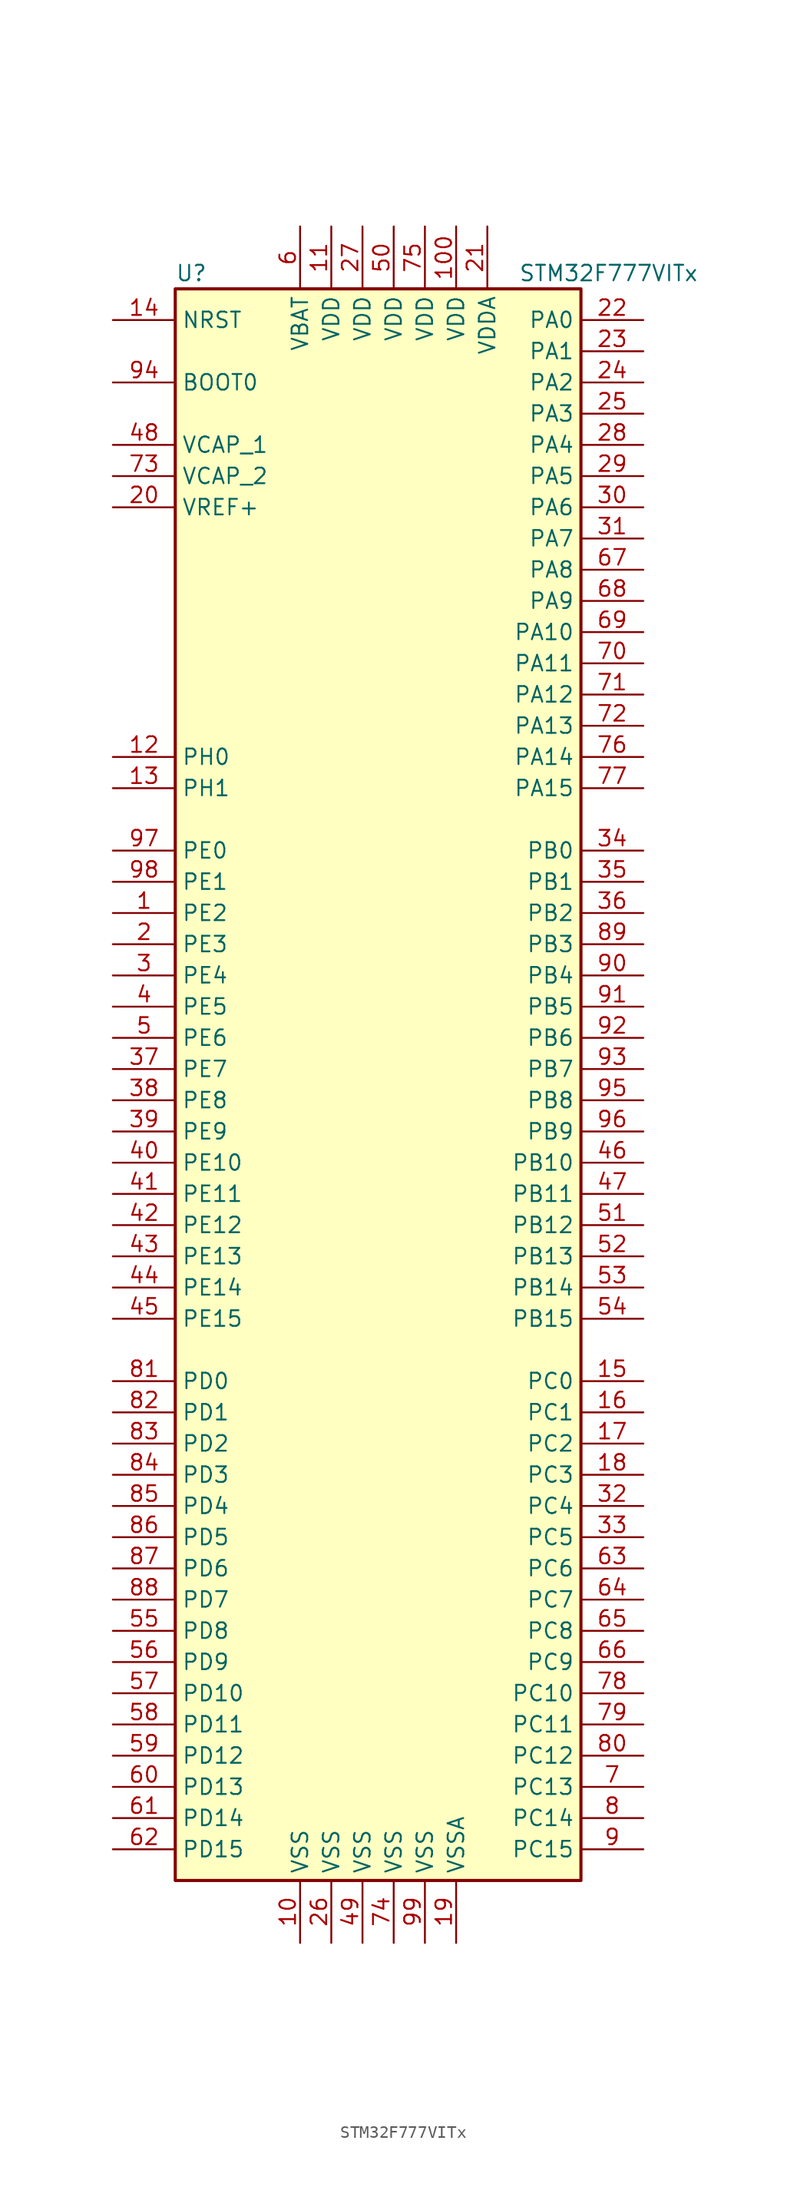
<source format=kicad_sym>
(kicad_symbol_lib
  (version 20220914)
  (generator kicad_symbol_editor)
  (symbol "STM32F777VITx"
    (property "Reference" "U"
      (at -17.78 64.77 0)
      (effects (font (size 1.27 1.27)) (justify left)))
    (property "Value" "STM32F777VITx"
      (at 10.16 64.77 0)
      (effects (font (size 1.27 1.27)) (justify left)))
    (symbol "STM32F777VITx_0_1"
      (rectangle (start -17.78 -66.04) (end 15.24 63.5) (stroke (width 0.254) (type default)) (fill (type background))))
    (symbol "STM32F777VITx_1_1"
      (pin bidirectional line (at -22.86 12.7 0) (length 5.08) (name "PE2" (effects (font (size 1.27 1.27)))) (number "1" (effects (font (size 1.27 1.27)))))
      (pin power_in line (at -7.62 -71.12 90) (length 5.08) (name "VSS" (effects (font (size 1.27 1.27)))) (number "10" (effects (font (size 1.27 1.27)))))
      (pin power_in line (at 5.08 68.58 270) (length 5.08) (name "VDD" (effects (font (size 1.27 1.27)))) (number "100" (effects (font (size 1.27 1.27)))))
      (pin power_in line (at -5.08 68.58 270) (length 5.08) (name "VDD" (effects (font (size 1.27 1.27)))) (number "11" (effects (font (size 1.27 1.27)))))
      (pin input line (at -22.86 25.4 0) (length 5.08) (name "PH0" (effects (font (size 1.27 1.27)))) (number "12" (effects (font (size 1.27 1.27)))))
      (pin input line (at -22.86 22.86 0) (length 5.08) (name "PH1" (effects (font (size 1.27 1.27)))) (number "13" (effects (font (size 1.27 1.27)))))
      (pin input line (at -22.86 60.96 0) (length 5.08) (name "NRST" (effects (font (size 1.27 1.27)))) (number "14" (effects (font (size 1.27 1.27)))))
      (pin bidirectional line (at 20.32 -25.4 180) (length 5.08) (name "PC0" (effects (font (size 1.27 1.27)))) (number "15" (effects (font (size 1.27 1.27)))))
      (pin bidirectional line (at 20.32 -27.94 180) (length 5.08) (name "PC1" (effects (font (size 1.27 1.27)))) (number "16" (effects (font (size 1.27 1.27)))))
      (pin bidirectional line (at 20.32 -30.48 180) (length 5.08) (name "PC2" (effects (font (size 1.27 1.27)))) (number "17" (effects (font (size 1.27 1.27)))))
      (pin bidirectional line (at 20.32 -33.02 180) (length 5.08) (name "PC3" (effects (font (size 1.27 1.27)))) (number "18" (effects (font (size 1.27 1.27)))))
      (pin power_in line (at 5.08 -71.12 90) (length 5.08) (name "VSSA" (effects (font (size 1.27 1.27)))) (number "19" (effects (font (size 1.27 1.27)))))
      (pin bidirectional line (at -22.86 10.16 0) (length 5.08) (name "PE3" (effects (font (size 1.27 1.27)))) (number "2" (effects (font (size 1.27 1.27)))))
      (pin power_in line (at -22.86 45.72 0) (length 5.08) (name "VREF+" (effects (font (size 1.27 1.27)))) (number "20" (effects (font (size 1.27 1.27)))))
      (pin power_in line (at 7.62 68.58 270) (length 5.08) (name "VDDA" (effects (font (size 1.27 1.27)))) (number "21" (effects (font (size 1.27 1.27)))))
      (pin bidirectional line (at 20.32 60.96 180) (length 5.08) (name "PA0" (effects (font (size 1.27 1.27)))) (number "22" (effects (font (size 1.27 1.27)))))
      (pin bidirectional line (at 20.32 58.42 180) (length 5.08) (name "PA1" (effects (font (size 1.27 1.27)))) (number "23" (effects (font (size 1.27 1.27)))))
      (pin bidirectional line (at 20.32 55.88 180) (length 5.08) (name "PA2" (effects (font (size 1.27 1.27)))) (number "24" (effects (font (size 1.27 1.27)))))
      (pin bidirectional line (at 20.32 53.34 180) (length 5.08) (name "PA3" (effects (font (size 1.27 1.27)))) (number "25" (effects (font (size 1.27 1.27)))))
      (pin power_in line (at -5.08 -71.12 90) (length 5.08) (name "VSS" (effects (font (size 1.27 1.27)))) (number "26" (effects (font (size 1.27 1.27)))))
      (pin power_in line (at -2.54 68.58 270) (length 5.08) (name "VDD" (effects (font (size 1.27 1.27)))) (number "27" (effects (font (size 1.27 1.27)))))
      (pin bidirectional line (at 20.32 50.8 180) (length 5.08) (name "PA4" (effects (font (size 1.27 1.27)))) (number "28" (effects (font (size 1.27 1.27)))))
      (pin bidirectional line (at 20.32 48.26 180) (length 5.08) (name "PA5" (effects (font (size 1.27 1.27)))) (number "29" (effects (font (size 1.27 1.27)))))
      (pin bidirectional line (at -22.86 7.62 0) (length 5.08) (name "PE4" (effects (font (size 1.27 1.27)))) (number "3" (effects (font (size 1.27 1.27)))))
      (pin bidirectional line (at 20.32 45.72 180) (length 5.08) (name "PA6" (effects (font (size 1.27 1.27)))) (number "30" (effects (font (size 1.27 1.27)))))
      (pin bidirectional line (at 20.32 43.18 180) (length 5.08) (name "PA7" (effects (font (size 1.27 1.27)))) (number "31" (effects (font (size 1.27 1.27)))))
      (pin bidirectional line (at 20.32 -35.56 180) (length 5.08) (name "PC4" (effects (font (size 1.27 1.27)))) (number "32" (effects (font (size 1.27 1.27)))))
      (pin bidirectional line (at 20.32 -38.1 180) (length 5.08) (name "PC5" (effects (font (size 1.27 1.27)))) (number "33" (effects (font (size 1.27 1.27)))))
      (pin bidirectional line (at 20.32 17.78 180) (length 5.08) (name "PB0" (effects (font (size 1.27 1.27)))) (number "34" (effects (font (size 1.27 1.27)))))
      (pin bidirectional line (at 20.32 15.24 180) (length 5.08) (name "PB1" (effects (font (size 1.27 1.27)))) (number "35" (effects (font (size 1.27 1.27)))))
      (pin bidirectional line (at 20.32 12.7 180) (length 5.08) (name "PB2" (effects (font (size 1.27 1.27)))) (number "36" (effects (font (size 1.27 1.27)))))
      (pin bidirectional line (at -22.86 0 0) (length 5.08) (name "PE7" (effects (font (size 1.27 1.27)))) (number "37" (effects (font (size 1.27 1.27)))))
      (pin bidirectional line (at -22.86 -2.54 0) (length 5.08) (name "PE8" (effects (font (size 1.27 1.27)))) (number "38" (effects (font (size 1.27 1.27)))))
      (pin bidirectional line (at -22.86 -5.08 0) (length 5.08) (name "PE9" (effects (font (size 1.27 1.27)))) (number "39" (effects (font (size 1.27 1.27)))))
      (pin bidirectional line (at -22.86 5.08 0) (length 5.08) (name "PE5" (effects (font (size 1.27 1.27)))) (number "4" (effects (font (size 1.27 1.27)))))
      (pin bidirectional line (at -22.86 -7.62 0) (length 5.08) (name "PE10" (effects (font (size 1.27 1.27)))) (number "40" (effects (font (size 1.27 1.27)))))
      (pin bidirectional line (at -22.86 -10.16 0) (length 5.08) (name "PE11" (effects (font (size 1.27 1.27)))) (number "41" (effects (font (size 1.27 1.27)))))
      (pin bidirectional line (at -22.86 -12.7 0) (length 5.08) (name "PE12" (effects (font (size 1.27 1.27)))) (number "42" (effects (font (size 1.27 1.27)))))
      (pin bidirectional line (at -22.86 -15.24 0) (length 5.08) (name "PE13" (effects (font (size 1.27 1.27)))) (number "43" (effects (font (size 1.27 1.27)))))
      (pin bidirectional line (at -22.86 -17.78 0) (length 5.08) (name "PE14" (effects (font (size 1.27 1.27)))) (number "44" (effects (font (size 1.27 1.27)))))
      (pin bidirectional line (at -22.86 -20.32 0) (length 5.08) (name "PE15" (effects (font (size 1.27 1.27)))) (number "45" (effects (font (size 1.27 1.27)))))
      (pin bidirectional line (at 20.32 -7.62 180) (length 5.08) (name "PB10" (effects (font (size 1.27 1.27)))) (number "46" (effects (font (size 1.27 1.27)))))
      (pin bidirectional line (at 20.32 -10.16 180) (length 5.08) (name "PB11" (effects (font (size 1.27 1.27)))) (number "47" (effects (font (size 1.27 1.27)))))
      (pin power_in line (at -22.86 50.8 0) (length 5.08) (name "VCAP_1" (effects (font (size 1.27 1.27)))) (number "48" (effects (font (size 1.27 1.27)))))
      (pin power_in line (at -2.54 -71.12 90) (length 5.08) (name "VSS" (effects (font (size 1.27 1.27)))) (number "49" (effects (font (size 1.27 1.27)))))
      (pin bidirectional line (at -22.86 2.54 0) (length 5.08) (name "PE6" (effects (font (size 1.27 1.27)))) (number "5" (effects (font (size 1.27 1.27)))))
      (pin power_in line (at 0 68.58 270) (length 5.08) (name "VDD" (effects (font (size 1.27 1.27)))) (number "50" (effects (font (size 1.27 1.27)))))
      (pin bidirectional line (at 20.32 -12.7 180) (length 5.08) (name "PB12" (effects (font (size 1.27 1.27)))) (number "51" (effects (font (size 1.27 1.27)))))
      (pin bidirectional line (at 20.32 -15.24 180) (length 5.08) (name "PB13" (effects (font (size 1.27 1.27)))) (number "52" (effects (font (size 1.27 1.27)))))
      (pin bidirectional line (at 20.32 -17.78 180) (length 5.08) (name "PB14" (effects (font (size 1.27 1.27)))) (number "53" (effects (font (size 1.27 1.27)))))
      (pin bidirectional line (at 20.32 -20.32 180) (length 5.08) (name "PB15" (effects (font (size 1.27 1.27)))) (number "54" (effects (font (size 1.27 1.27)))))
      (pin bidirectional line (at -22.86 -45.72 0) (length 5.08) (name "PD8" (effects (font (size 1.27 1.27)))) (number "55" (effects (font (size 1.27 1.27)))))
      (pin bidirectional line (at -22.86 -48.26 0) (length 5.08) (name "PD9" (effects (font (size 1.27 1.27)))) (number "56" (effects (font (size 1.27 1.27)))))
      (pin bidirectional line (at -22.86 -50.8 0) (length 5.08) (name "PD10" (effects (font (size 1.27 1.27)))) (number "57" (effects (font (size 1.27 1.27)))))
      (pin bidirectional line (at -22.86 -53.34 0) (length 5.08) (name "PD11" (effects (font (size 1.27 1.27)))) (number "58" (effects (font (size 1.27 1.27)))))
      (pin bidirectional line (at -22.86 -55.88 0) (length 5.08) (name "PD12" (effects (font (size 1.27 1.27)))) (number "59" (effects (font (size 1.27 1.27)))))
      (pin power_in line (at -7.62 68.58 270) (length 5.08) (name "VBAT" (effects (font (size 1.27 1.27)))) (number "6" (effects (font (size 1.27 1.27)))))
      (pin bidirectional line (at -22.86 -58.42 0) (length 5.08) (name "PD13" (effects (font (size 1.27 1.27)))) (number "60" (effects (font (size 1.27 1.27)))))
      (pin bidirectional line (at -22.86 -60.96 0) (length 5.08) (name "PD14" (effects (font (size 1.27 1.27)))) (number "61" (effects (font (size 1.27 1.27)))))
      (pin bidirectional line (at -22.86 -63.5 0) (length 5.08) (name "PD15" (effects (font (size 1.27 1.27)))) (number "62" (effects (font (size 1.27 1.27)))))
      (pin bidirectional line (at 20.32 -40.64 180) (length 5.08) (name "PC6" (effects (font (size 1.27 1.27)))) (number "63" (effects (font (size 1.27 1.27)))))
      (pin bidirectional line (at 20.32 -43.18 180) (length 5.08) (name "PC7" (effects (font (size 1.27 1.27)))) (number "64" (effects (font (size 1.27 1.27)))))
      (pin bidirectional line (at 20.32 -45.72 180) (length 5.08) (name "PC8" (effects (font (size 1.27 1.27)))) (number "65" (effects (font (size 1.27 1.27)))))
      (pin bidirectional line (at 20.32 -48.26 180) (length 5.08) (name "PC9" (effects (font (size 1.27 1.27)))) (number "66" (effects (font (size 1.27 1.27)))))
      (pin bidirectional line (at 20.32 40.64 180) (length 5.08) (name "PA8" (effects (font (size 1.27 1.27)))) (number "67" (effects (font (size 1.27 1.27)))))
      (pin bidirectional line (at 20.32 38.1 180) (length 5.08) (name "PA9" (effects (font (size 1.27 1.27)))) (number "68" (effects (font (size 1.27 1.27)))))
      (pin bidirectional line (at 20.32 35.56 180) (length 5.08) (name "PA10" (effects (font (size 1.27 1.27)))) (number "69" (effects (font (size 1.27 1.27)))))
      (pin bidirectional line (at 20.32 -58.42 180) (length 5.08) (name "PC13" (effects (font (size 1.27 1.27)))) (number "7" (effects (font (size 1.27 1.27)))))
      (pin bidirectional line (at 20.32 33.02 180) (length 5.08) (name "PA11" (effects (font (size 1.27 1.27)))) (number "70" (effects (font (size 1.27 1.27)))))
      (pin bidirectional line (at 20.32 30.48 180) (length 5.08) (name "PA12" (effects (font (size 1.27 1.27)))) (number "71" (effects (font (size 1.27 1.27)))))
      (pin bidirectional line (at 20.32 27.94 180) (length 5.08) (name "PA13" (effects (font (size 1.27 1.27)))) (number "72" (effects (font (size 1.27 1.27)))))
      (pin power_in line (at -22.86 48.26 0) (length 5.08) (name "VCAP_2" (effects (font (size 1.27 1.27)))) (number "73" (effects (font (size 1.27 1.27)))))
      (pin power_in line (at 0 -71.12 90) (length 5.08) (name "VSS" (effects (font (size 1.27 1.27)))) (number "74" (effects (font (size 1.27 1.27)))))
      (pin power_in line (at 2.54 68.58 270) (length 5.08) (name "VDD" (effects (font (size 1.27 1.27)))) (number "75" (effects (font (size 1.27 1.27)))))
      (pin bidirectional line (at 20.32 25.4 180) (length 5.08) (name "PA14" (effects (font (size 1.27 1.27)))) (number "76" (effects (font (size 1.27 1.27)))))
      (pin bidirectional line (at 20.32 22.86 180) (length 5.08) (name "PA15" (effects (font (size 1.27 1.27)))) (number "77" (effects (font (size 1.27 1.27)))))
      (pin bidirectional line (at 20.32 -50.8 180) (length 5.08) (name "PC10" (effects (font (size 1.27 1.27)))) (number "78" (effects (font (size 1.27 1.27)))))
      (pin bidirectional line (at 20.32 -53.34 180) (length 5.08) (name "PC11" (effects (font (size 1.27 1.27)))) (number "79" (effects (font (size 1.27 1.27)))))
      (pin bidirectional line (at 20.32 -60.96 180) (length 5.08) (name "PC14" (effects (font (size 1.27 1.27)))) (number "8" (effects (font (size 1.27 1.27)))))
      (pin bidirectional line (at 20.32 -55.88 180) (length 5.08) (name "PC12" (effects (font (size 1.27 1.27)))) (number "80" (effects (font (size 1.27 1.27)))))
      (pin bidirectional line (at -22.86 -25.4 0) (length 5.08) (name "PD0" (effects (font (size 1.27 1.27)))) (number "81" (effects (font (size 1.27 1.27)))))
      (pin bidirectional line (at -22.86 -27.94 0) (length 5.08) (name "PD1" (effects (font (size 1.27 1.27)))) (number "82" (effects (font (size 1.27 1.27)))))
      (pin bidirectional line (at -22.86 -30.48 0) (length 5.08) (name "PD2" (effects (font (size 1.27 1.27)))) (number "83" (effects (font (size 1.27 1.27)))))
      (pin bidirectional line (at -22.86 -33.02 0) (length 5.08) (name "PD3" (effects (font (size 1.27 1.27)))) (number "84" (effects (font (size 1.27 1.27)))))
      (pin bidirectional line (at -22.86 -35.56 0) (length 5.08) (name "PD4" (effects (font (size 1.27 1.27)))) (number "85" (effects (font (size 1.27 1.27)))))
      (pin bidirectional line (at -22.86 -38.1 0) (length 5.08) (name "PD5" (effects (font (size 1.27 1.27)))) (number "86" (effects (font (size 1.27 1.27)))))
      (pin bidirectional line (at -22.86 -40.64 0) (length 5.08) (name "PD6" (effects (font (size 1.27 1.27)))) (number "87" (effects (font (size 1.27 1.27)))))
      (pin bidirectional line (at -22.86 -43.18 0) (length 5.08) (name "PD7" (effects (font (size 1.27 1.27)))) (number "88" (effects (font (size 1.27 1.27)))))
      (pin bidirectional line (at 20.32 10.16 180) (length 5.08) (name "PB3" (effects (font (size 1.27 1.27)))) (number "89" (effects (font (size 1.27 1.27)))))
      (pin bidirectional line (at 20.32 -63.5 180) (length 5.08) (name "PC15" (effects (font (size 1.27 1.27)))) (number "9" (effects (font (size 1.27 1.27)))))
      (pin bidirectional line (at 20.32 7.62 180) (length 5.08) (name "PB4" (effects (font (size 1.27 1.27)))) (number "90" (effects (font (size 1.27 1.27)))))
      (pin bidirectional line (at 20.32 5.08 180) (length 5.08) (name "PB5" (effects (font (size 1.27 1.27)))) (number "91" (effects (font (size 1.27 1.27)))))
      (pin bidirectional line (at 20.32 2.54 180) (length 5.08) (name "PB6" (effects (font (size 1.27 1.27)))) (number "92" (effects (font (size 1.27 1.27)))))
      (pin bidirectional line (at 20.32 0 180) (length 5.08) (name "PB7" (effects (font (size 1.27 1.27)))) (number "93" (effects (font (size 1.27 1.27)))))
      (pin input line (at -22.86 55.88 0) (length 5.08) (name "BOOT0" (effects (font (size 1.27 1.27)))) (number "94" (effects (font (size 1.27 1.27)))))
      (pin bidirectional line (at 20.32 -2.54 180) (length 5.08) (name "PB8" (effects (font (size 1.27 1.27)))) (number "95" (effects (font (size 1.27 1.27)))))
      (pin bidirectional line (at 20.32 -5.08 180) (length 5.08) (name "PB9" (effects (font (size 1.27 1.27)))) (number "96" (effects (font (size 1.27 1.27)))))
      (pin bidirectional line (at -22.86 17.78 0) (length 5.08) (name "PE0" (effects (font (size 1.27 1.27)))) (number "97" (effects (font (size 1.27 1.27)))))
      (pin bidirectional line (at -22.86 15.24 0) (length 5.08) (name "PE1" (effects (font (size 1.27 1.27)))) (number "98" (effects (font (size 1.27 1.27)))))
      (pin power_in line (at 2.54 -71.12 90) (length 5.08) (name "VSS" (effects (font (size 1.27 1.27)))) (number "99" (effects (font (size 1.27 1.27))))))))
</source>
